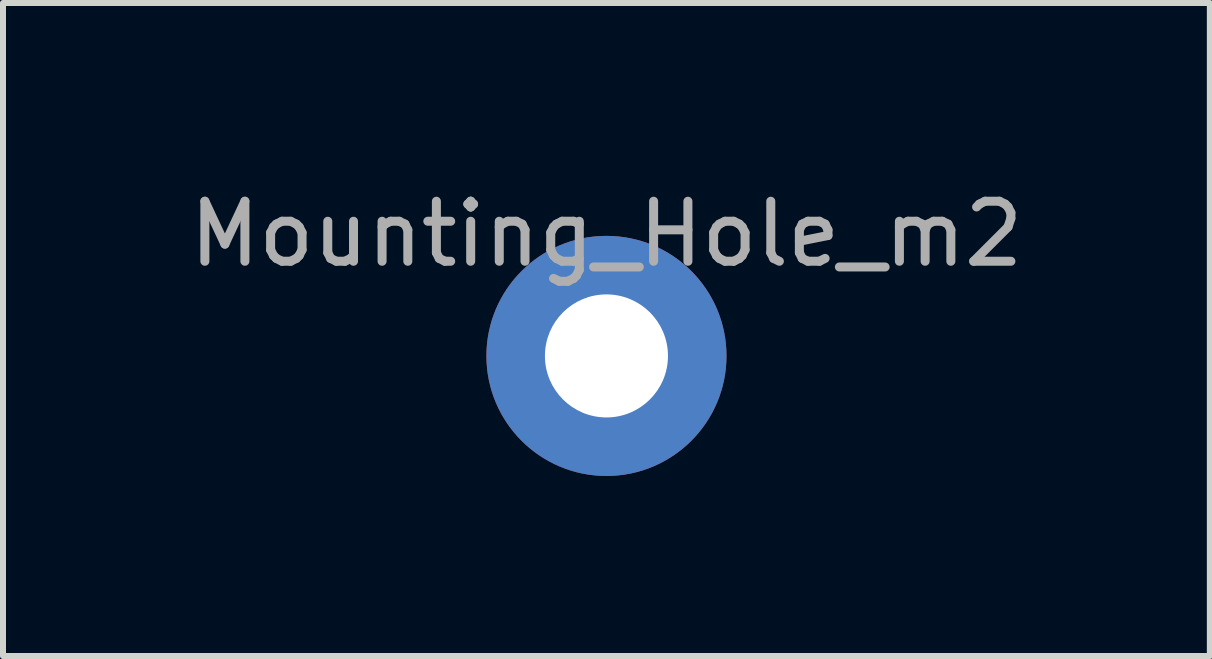
<source format=kicad_pcb>
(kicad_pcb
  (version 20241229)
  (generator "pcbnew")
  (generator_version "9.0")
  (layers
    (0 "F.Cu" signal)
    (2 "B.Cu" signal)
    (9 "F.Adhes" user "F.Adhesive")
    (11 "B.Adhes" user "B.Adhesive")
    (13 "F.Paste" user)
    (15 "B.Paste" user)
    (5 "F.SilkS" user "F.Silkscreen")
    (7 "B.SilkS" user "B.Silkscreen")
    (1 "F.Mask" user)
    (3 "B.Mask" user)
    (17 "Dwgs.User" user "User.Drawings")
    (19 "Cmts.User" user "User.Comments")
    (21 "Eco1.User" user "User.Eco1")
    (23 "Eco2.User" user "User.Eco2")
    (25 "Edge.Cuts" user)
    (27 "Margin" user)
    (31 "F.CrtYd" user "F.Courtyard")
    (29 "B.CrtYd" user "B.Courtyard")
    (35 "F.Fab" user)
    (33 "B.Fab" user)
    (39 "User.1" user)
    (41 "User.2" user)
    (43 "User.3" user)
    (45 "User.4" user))
  (footprint "Mounting_Hole_m2"
    (layer "F.Cu")
    (at 7.054 2.88)
    (property "Reference" "Mounting_Hole_m2" (at 0 -2.032 0) (unlocked yes) (layer "F.Fab") (effects (font (size 1 1) (thickness 0.15))))
    (attr through_hole)
    (pad "1" thru_hole circle (at 0 0) (size 4 4) (drill 2.05) (layers "*.Cu" "*.Mask")))
  (gr_rect
    (start -3 -3)
    (end 17.107 7.88)
    (stroke (width 0.1) (type default))
    (fill no)
    (layer "Edge.Cuts")))
</source>
